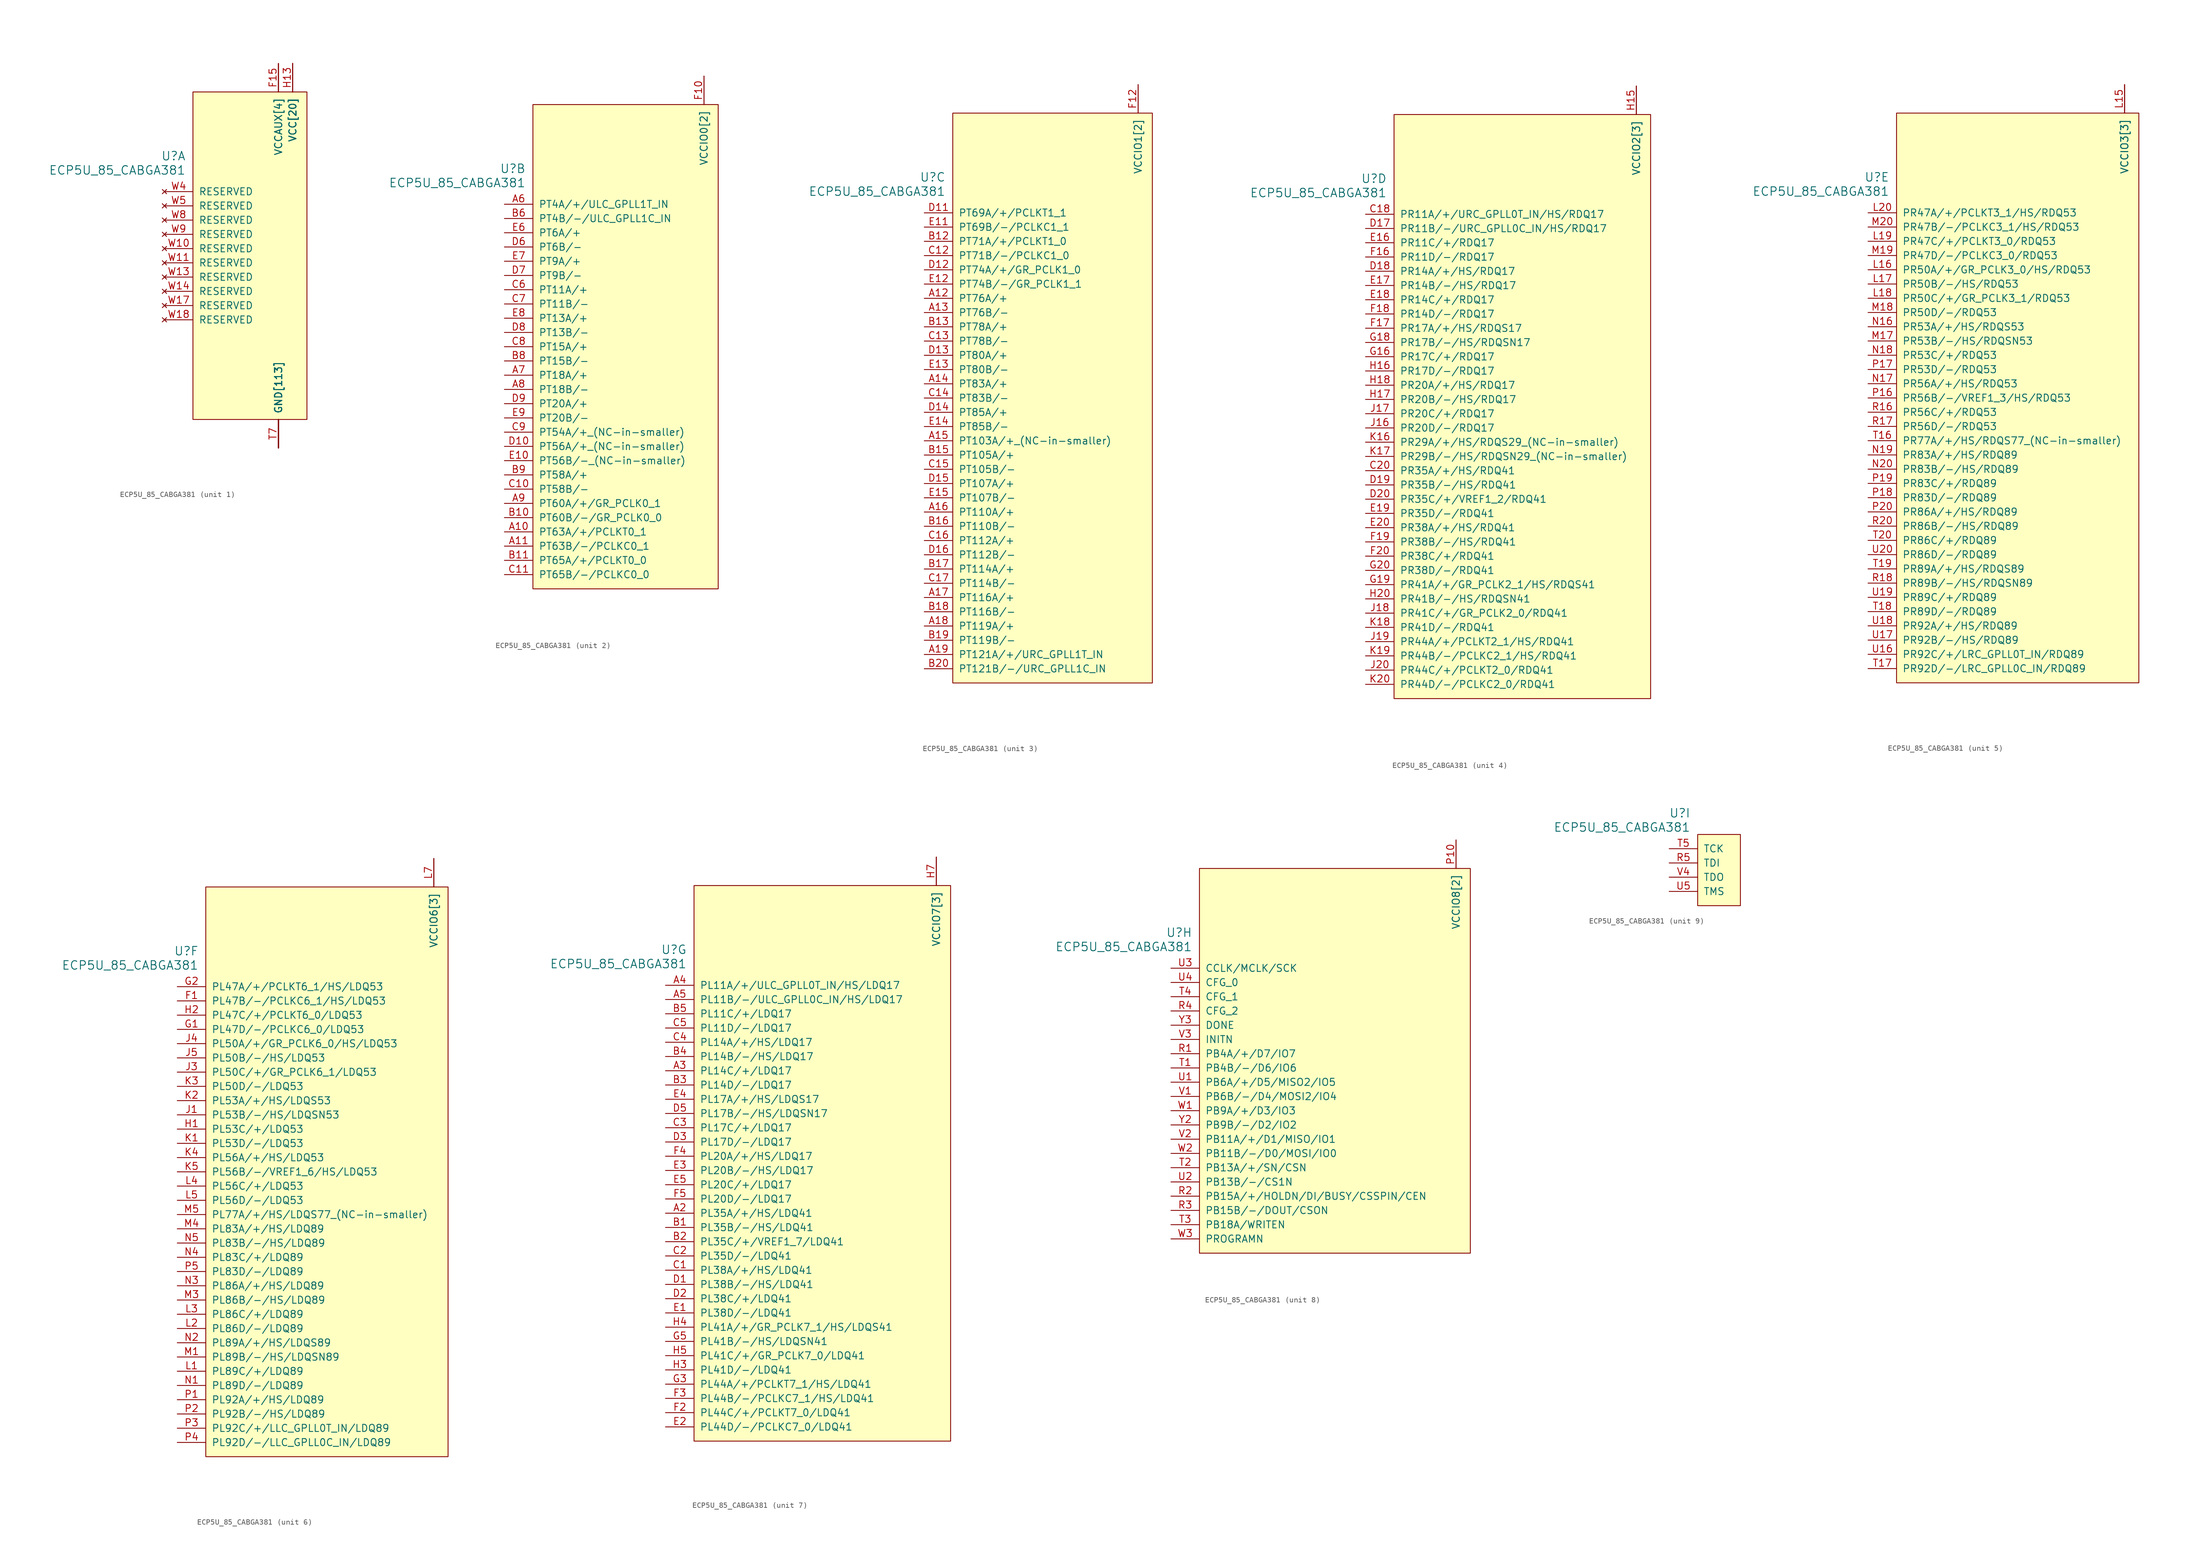
<source format=kicad_sym>
(kicad_symbol_lib
  (version 20231120)
  (generator "kicad_symbol_editor")
  (generator_version "8.0")
  (symbol "ECP5U_85_CABGA381"
    (pin_names
      (offset 1.016))
    (property "Reference" "U"
      (at 3.81 6.35 0)
      (effects (font (size 1.524 1.524)) (justify right)))
    (property "Value" "ECP5U_85_CABGA381"
      (at 3.81 3.81 0)
      (effects (font (size 1.524 1.524)) (justify right)))
    (property "ki_locked" ""
      (at 0 0 0)
      (effects (font (size 1.27 1.27))))
    (symbol "ECP5U_85_CABGA381_1_1"
      (rectangle (start 5.08 17.78) (end 25.4 -40.64) (stroke (width 0) (type default)) (fill (type background)))
      (pin power_in line (at 20.32 -45.72 90) (length 5.08) (name "GND[113]" (effects (font (size 1.27 1.27)))) (number "B14" (effects (font (size 0 0)))))
      (pin power_in line (at 20.32 -45.72 90) (length 5.08) (name "GND[113]" (effects (font (size 1.27 1.27)))) (number "B7" (effects (font (size 0 0)))))
      (pin power_in line (at 20.32 -45.72 90) (length 5.08) (name "GND[113]" (effects (font (size 1.27 1.27)))) (number "C19" (effects (font (size 0 0)))))
      (pin power_in line (at 20.32 -45.72 90) (length 5.08) (name "GND[113]" (effects (font (size 1.27 1.27)))) (number "D4" (effects (font (size 0 0)))))
      (pin power_in line (at 20.32 -45.72 90) (length 5.08) (name "GND[113]" (effects (font (size 1.27 1.27)))) (number "F13" (effects (font (size 0 0)))))
      (pin power_in line (at 20.32 -45.72 90) (length 5.08) (name "GND[113]" (effects (font (size 1.27 1.27)))) (number "F14" (effects (font (size 0 0)))))
      (pin power_in line (at 20.32 22.86 270) (length 5.08) (name "VCCAUX[4]" (effects (font (size 1.27 1.27)))) (number "F15" (effects (font (size 1.27 1.27)))))
      (pin power_in line (at 20.32 22.86 270) (length 5.08) (name "VCCAUX[4]" (effects (font (size 1.27 1.27)))) (number "F6" (effects (font (size 0 0)))))
      (pin power_in line (at 20.32 -45.72 90) (length 5.08) (name "GND[113]" (effects (font (size 1.27 1.27)))) (number "F7" (effects (font (size 0 0)))))
      (pin power_in line (at 20.32 -45.72 90) (length 5.08) (name "GND[113]" (effects (font (size 1.27 1.27)))) (number "F8" (effects (font (size 0 0)))))
      (pin power_in line (at 20.32 -45.72 90) (length 5.08) (name "GND[113]" (effects (font (size 1.27 1.27)))) (number "G10" (effects (font (size 0 0)))))
      (pin power_in line (at 20.32 -45.72 90) (length 5.08) (name "GND[113]" (effects (font (size 1.27 1.27)))) (number "G11" (effects (font (size 0 0)))))
      (pin power_in line (at 20.32 -45.72 90) (length 5.08) (name "GND[113]" (effects (font (size 1.27 1.27)))) (number "G12" (effects (font (size 0 0)))))
      (pin power_in line (at 20.32 -45.72 90) (length 5.08) (name "GND[113]" (effects (font (size 1.27 1.27)))) (number "G13" (effects (font (size 0 0)))))
      (pin power_in line (at 20.32 -45.72 90) (length 5.08) (name "GND[113]" (effects (font (size 1.27 1.27)))) (number "G14" (effects (font (size 0 0)))))
      (pin power_in line (at 20.32 -45.72 90) (length 5.08) (name "GND[113]" (effects (font (size 1.27 1.27)))) (number "G15" (effects (font (size 0 0)))))
      (pin power_in line (at 20.32 -45.72 90) (length 5.08) (name "GND[113]" (effects (font (size 1.27 1.27)))) (number "G17" (effects (font (size 0 0)))))
      (pin power_in line (at 20.32 -45.72 90) (length 5.08) (name "GND[113]" (effects (font (size 1.27 1.27)))) (number "G4" (effects (font (size 0 0)))))
      (pin power_in line (at 20.32 -45.72 90) (length 5.08) (name "GND[113]" (effects (font (size 1.27 1.27)))) (number "G6" (effects (font (size 0 0)))))
      (pin power_in line (at 20.32 -45.72 90) (length 5.08) (name "GND[113]" (effects (font (size 1.27 1.27)))) (number "G7" (effects (font (size 0 0)))))
      (pin power_in line (at 20.32 -45.72 90) (length 5.08) (name "GND[113]" (effects (font (size 1.27 1.27)))) (number "G8" (effects (font (size 0 0)))))
      (pin power_in line (at 20.32 -45.72 90) (length 5.08) (name "GND[113]" (effects (font (size 1.27 1.27)))) (number "G9" (effects (font (size 0 0)))))
      (pin power_in line (at 22.86 22.86 270) (length 5.08) (name "VCC[20]" (effects (font (size 1.27 1.27)))) (number "H10" (effects (font (size 0 0)))))
      (pin power_in line (at 22.86 22.86 270) (length 5.08) (name "VCC[20]" (effects (font (size 1.27 1.27)))) (number "H11" (effects (font (size 0 0)))))
      (pin power_in line (at 22.86 22.86 270) (length 5.08) (name "VCC[20]" (effects (font (size 1.27 1.27)))) (number "H12" (effects (font (size 0 0)))))
      (pin power_in line (at 22.86 22.86 270) (length 5.08) (name "VCC[20]" (effects (font (size 1.27 1.27)))) (number "H13" (effects (font (size 1.27 1.27)))))
      (pin power_in line (at 20.32 -45.72 90) (length 5.08) (name "GND[113]" (effects (font (size 1.27 1.27)))) (number "H19" (effects (font (size 0 0)))))
      (pin power_in line (at 22.86 22.86 270) (length 5.08) (name "VCC[20]" (effects (font (size 1.27 1.27)))) (number "H8" (effects (font (size 0 0)))))
      (pin power_in line (at 22.86 22.86 270) (length 5.08) (name "VCC[20]" (effects (font (size 1.27 1.27)))) (number "H9" (effects (font (size 0 0)))))
      (pin power_in line (at 20.32 -45.72 90) (length 5.08) (name "GND[113]" (effects (font (size 1.27 1.27)))) (number "J10" (effects (font (size 0 0)))))
      (pin power_in line (at 20.32 -45.72 90) (length 5.08) (name "GND[113]" (effects (font (size 1.27 1.27)))) (number "J11" (effects (font (size 0 0)))))
      (pin power_in line (at 20.32 -45.72 90) (length 5.08) (name "GND[113]" (effects (font (size 1.27 1.27)))) (number "J12" (effects (font (size 0 0)))))
      (pin power_in line (at 22.86 22.86 270) (length 5.08) (name "VCC[20]" (effects (font (size 1.27 1.27)))) (number "J13" (effects (font (size 0 0)))))
      (pin power_in line (at 20.32 -45.72 90) (length 5.08) (name "GND[113]" (effects (font (size 1.27 1.27)))) (number "J14" (effects (font (size 0 0)))))
      (pin power_in line (at 20.32 -45.72 90) (length 5.08) (name "GND[113]" (effects (font (size 1.27 1.27)))) (number "J2" (effects (font (size 0 0)))))
      (pin power_in line (at 20.32 -45.72 90) (length 5.08) (name "GND[113]" (effects (font (size 1.27 1.27)))) (number "J7" (effects (font (size 0 0)))))
      (pin power_in line (at 22.86 22.86 270) (length 5.08) (name "VCC[20]" (effects (font (size 1.27 1.27)))) (number "J8" (effects (font (size 0 0)))))
      (pin power_in line (at 20.32 -45.72 90) (length 5.08) (name "GND[113]" (effects (font (size 1.27 1.27)))) (number "J9" (effects (font (size 0 0)))))
      (pin power_in line (at 20.32 -45.72 90) (length 5.08) (name "GND[113]" (effects (font (size 1.27 1.27)))) (number "K10" (effects (font (size 0 0)))))
      (pin power_in line (at 20.32 -45.72 90) (length 5.08) (name "GND[113]" (effects (font (size 1.27 1.27)))) (number "K11" (effects (font (size 0 0)))))
      (pin power_in line (at 20.32 -45.72 90) (length 5.08) (name "GND[113]" (effects (font (size 1.27 1.27)))) (number "K12" (effects (font (size 0 0)))))
      (pin power_in line (at 22.86 22.86 270) (length 5.08) (name "VCC[20]" (effects (font (size 1.27 1.27)))) (number "K13" (effects (font (size 0 0)))))
      (pin power_in line (at 20.32 -45.72 90) (length 5.08) (name "GND[113]" (effects (font (size 1.27 1.27)))) (number "K14" (effects (font (size 0 0)))))
      (pin power_in line (at 20.32 -45.72 90) (length 5.08) (name "GND[113]" (effects (font (size 1.27 1.27)))) (number "K15" (effects (font (size 0 0)))))
      (pin power_in line (at 20.32 -45.72 90) (length 5.08) (name "GND[113]" (effects (font (size 1.27 1.27)))) (number "K6" (effects (font (size 0 0)))))
      (pin power_in line (at 20.32 -45.72 90) (length 5.08) (name "GND[113]" (effects (font (size 1.27 1.27)))) (number "K7" (effects (font (size 0 0)))))
      (pin power_in line (at 22.86 22.86 270) (length 5.08) (name "VCC[20]" (effects (font (size 1.27 1.27)))) (number "K8" (effects (font (size 0 0)))))
      (pin power_in line (at 20.32 -45.72 90) (length 5.08) (name "GND[113]" (effects (font (size 1.27 1.27)))) (number "K9" (effects (font (size 0 0)))))
      (pin power_in line (at 20.32 -45.72 90) (length 5.08) (name "GND[113]" (effects (font (size 1.27 1.27)))) (number "L10" (effects (font (size 0 0)))))
      (pin power_in line (at 20.32 -45.72 90) (length 5.08) (name "GND[113]" (effects (font (size 1.27 1.27)))) (number "L11" (effects (font (size 0 0)))))
      (pin power_in line (at 20.32 -45.72 90) (length 5.08) (name "GND[113]" (effects (font (size 1.27 1.27)))) (number "L12" (effects (font (size 0 0)))))
      (pin power_in line (at 22.86 22.86 270) (length 5.08) (name "VCC[20]" (effects (font (size 1.27 1.27)))) (number "L13" (effects (font (size 0 0)))))
      (pin power_in line (at 22.86 22.86 270) (length 5.08) (name "VCC[20]" (effects (font (size 1.27 1.27)))) (number "L8" (effects (font (size 0 0)))))
      (pin power_in line (at 20.32 -45.72 90) (length 5.08) (name "GND[113]" (effects (font (size 1.27 1.27)))) (number "L9" (effects (font (size 0 0)))))
      (pin power_in line (at 20.32 -45.72 90) (length 5.08) (name "GND[113]" (effects (font (size 1.27 1.27)))) (number "M10" (effects (font (size 0 0)))))
      (pin power_in line (at 20.32 -45.72 90) (length 5.08) (name "GND[113]" (effects (font (size 1.27 1.27)))) (number "M11" (effects (font (size 0 0)))))
      (pin power_in line (at 20.32 -45.72 90) (length 5.08) (name "GND[113]" (effects (font (size 1.27 1.27)))) (number "M12" (effects (font (size 0 0)))))
      (pin power_in line (at 22.86 22.86 270) (length 5.08) (name "VCC[20]" (effects (font (size 1.27 1.27)))) (number "M13" (effects (font (size 0 0)))))
      (pin power_in line (at 20.32 -45.72 90) (length 5.08) (name "GND[113]" (effects (font (size 1.27 1.27)))) (number "M14" (effects (font (size 0 0)))))
      (pin power_in line (at 20.32 -45.72 90) (length 5.08) (name "GND[113]" (effects (font (size 1.27 1.27)))) (number "M16" (effects (font (size 0 0)))))
      (pin power_in line (at 20.32 -45.72 90) (length 5.08) (name "GND[113]" (effects (font (size 1.27 1.27)))) (number "M2" (effects (font (size 0 0)))))
      (pin power_in line (at 20.32 -45.72 90) (length 5.08) (name "GND[113]" (effects (font (size 1.27 1.27)))) (number "M7" (effects (font (size 0 0)))))
      (pin power_in line (at 22.86 22.86 270) (length 5.08) (name "VCC[20]" (effects (font (size 1.27 1.27)))) (number "M8" (effects (font (size 0 0)))))
      (pin power_in line (at 20.32 -45.72 90) (length 5.08) (name "GND[113]" (effects (font (size 1.27 1.27)))) (number "M9" (effects (font (size 0 0)))))
      (pin power_in line (at 22.86 22.86 270) (length 5.08) (name "VCC[20]" (effects (font (size 1.27 1.27)))) (number "N10" (effects (font (size 0 0)))))
      (pin power_in line (at 22.86 22.86 270) (length 5.08) (name "VCC[20]" (effects (font (size 1.27 1.27)))) (number "N11" (effects (font (size 0 0)))))
      (pin power_in line (at 22.86 22.86 270) (length 5.08) (name "VCC[20]" (effects (font (size 1.27 1.27)))) (number "N12" (effects (font (size 0 0)))))
      (pin power_in line (at 22.86 22.86 270) (length 5.08) (name "VCC[20]" (effects (font (size 1.27 1.27)))) (number "N13" (effects (font (size 0 0)))))
      (pin power_in line (at 20.32 -45.72 90) (length 5.08) (name "GND[113]" (effects (font (size 1.27 1.27)))) (number "N14" (effects (font (size 0 0)))))
      (pin power_in line (at 20.32 -45.72 90) (length 5.08) (name "GND[113]" (effects (font (size 1.27 1.27)))) (number "N15" (effects (font (size 0 0)))))
      (pin power_in line (at 20.32 -45.72 90) (length 5.08) (name "GND[113]" (effects (font (size 1.27 1.27)))) (number "N6" (effects (font (size 0 0)))))
      (pin power_in line (at 20.32 -45.72 90) (length 5.08) (name "GND[113]" (effects (font (size 1.27 1.27)))) (number "N7" (effects (font (size 0 0)))))
      (pin power_in line (at 22.86 22.86 270) (length 5.08) (name "VCC[20]" (effects (font (size 1.27 1.27)))) (number "N8" (effects (font (size 0 0)))))
      (pin power_in line (at 22.86 22.86 270) (length 5.08) (name "VCC[20]" (effects (font (size 1.27 1.27)))) (number "N9" (effects (font (size 0 0)))))
      (pin power_in line (at 20.32 -45.72 90) (length 5.08) (name "GND[113]" (effects (font (size 1.27 1.27)))) (number "P11" (effects (font (size 0 0)))))
      (pin power_in line (at 20.32 -45.72 90) (length 5.08) (name "GND[113]" (effects (font (size 1.27 1.27)))) (number "P12" (effects (font (size 0 0)))))
      (pin power_in line (at 20.32 -45.72 90) (length 5.08) (name "GND[113]" (effects (font (size 1.27 1.27)))) (number "P13" (effects (font (size 0 0)))))
      (pin power_in line (at 20.32 -45.72 90) (length 5.08) (name "GND[113]" (effects (font (size 1.27 1.27)))) (number "P14" (effects (font (size 0 0)))))
      (pin power_in line (at 20.32 22.86 270) (length 5.08) (name "VCCAUX[4]" (effects (font (size 1.27 1.27)))) (number "P15" (effects (font (size 0 0)))))
      (pin power_in line (at 20.32 22.86 270) (length 5.08) (name "VCCAUX[4]" (effects (font (size 1.27 1.27)))) (number "P6" (effects (font (size 0 0)))))
      (pin power_in line (at 20.32 -45.72 90) (length 5.08) (name "GND[113]" (effects (font (size 1.27 1.27)))) (number "P7" (effects (font (size 0 0)))))
      (pin power_in line (at 20.32 -45.72 90) (length 5.08) (name "GND[113]" (effects (font (size 1.27 1.27)))) (number "P8" (effects (font (size 0 0)))))
      (pin power_in line (at 20.32 -45.72 90) (length 5.08) (name "GND[113]" (effects (font (size 1.27 1.27)))) (number "R19" (effects (font (size 0 0)))))
      (pin power_in line (at 20.32 -45.72 90) (length 5.08) (name "GND[113]" (effects (font (size 1.27 1.27)))) (number "T10" (effects (font (size 0 0)))))
      (pin power_in line (at 20.32 -45.72 90) (length 5.08) (name "GND[113]" (effects (font (size 1.27 1.27)))) (number "T11" (effects (font (size 0 0)))))
      (pin power_in line (at 20.32 -45.72 90) (length 5.08) (name "GND[113]" (effects (font (size 1.27 1.27)))) (number "T12" (effects (font (size 0 0)))))
      (pin power_in line (at 20.32 -45.72 90) (length 5.08) (name "GND[113]" (effects (font (size 1.27 1.27)))) (number "T13" (effects (font (size 0 0)))))
      (pin power_in line (at 20.32 -45.72 90) (length 5.08) (name "GND[113]" (effects (font (size 1.27 1.27)))) (number "T14" (effects (font (size 0 0)))))
      (pin power_in line (at 20.32 -45.72 90) (length 5.08) (name "GND[113]" (effects (font (size 1.27 1.27)))) (number "T15" (effects (font (size 0 0)))))
      (pin power_in line (at 20.32 -45.72 90) (length 5.08) (name "GND[113]" (effects (font (size 1.27 1.27)))) (number "T6" (effects (font (size 0 0)))))
      (pin power_in line (at 20.32 -45.72 90) (length 5.08) (name "GND[113]" (effects (font (size 1.27 1.27)))) (number "T7" (effects (font (size 1.27 1.27)))))
      (pin power_in line (at 20.32 -45.72 90) (length 5.08) (name "GND[113]" (effects (font (size 1.27 1.27)))) (number "T8" (effects (font (size 0 0)))))
      (pin power_in line (at 20.32 -45.72 90) (length 5.08) (name "GND[113]" (effects (font (size 1.27 1.27)))) (number "T9" (effects (font (size 0 0)))))
      (pin power_in line (at 20.32 -45.72 90) (length 5.08) (name "GND[113]" (effects (font (size 1.27 1.27)))) (number "U10" (effects (font (size 0 0)))))
      (pin power_in line (at 20.32 -45.72 90) (length 5.08) (name "GND[113]" (effects (font (size 1.27 1.27)))) (number "U11" (effects (font (size 0 0)))))
      (pin power_in line (at 20.32 -45.72 90) (length 5.08) (name "GND[113]" (effects (font (size 1.27 1.27)))) (number "U12" (effects (font (size 0 0)))))
      (pin power_in line (at 20.32 -45.72 90) (length 5.08) (name "GND[113]" (effects (font (size 1.27 1.27)))) (number "U13" (effects (font (size 0 0)))))
      (pin power_in line (at 20.32 -45.72 90) (length 5.08) (name "GND[113]" (effects (font (size 1.27 1.27)))) (number "U14" (effects (font (size 0 0)))))
      (pin power_in line (at 20.32 -45.72 90) (length 5.08) (name "GND[113]" (effects (font (size 1.27 1.27)))) (number "U15" (effects (font (size 0 0)))))
      (pin power_in line (at 20.32 -45.72 90) (length 5.08) (name "GND[113]" (effects (font (size 1.27 1.27)))) (number "U6" (effects (font (size 0 0)))))
      (pin power_in line (at 20.32 -45.72 90) (length 5.08) (name "GND[113]" (effects (font (size 1.27 1.27)))) (number "U7" (effects (font (size 0 0)))))
      (pin power_in line (at 20.32 -45.72 90) (length 5.08) (name "GND[113]" (effects (font (size 1.27 1.27)))) (number "U8" (effects (font (size 0 0)))))
      (pin power_in line (at 20.32 -45.72 90) (length 5.08) (name "GND[113]" (effects (font (size 1.27 1.27)))) (number "U9" (effects (font (size 0 0)))))
      (pin power_in line (at 20.32 -45.72 90) (length 5.08) (name "GND[113]" (effects (font (size 1.27 1.27)))) (number "V10" (effects (font (size 0 0)))))
      (pin power_in line (at 20.32 -45.72 90) (length 5.08) (name "GND[113]" (effects (font (size 1.27 1.27)))) (number "V11" (effects (font (size 0 0)))))
      (pin power_in line (at 20.32 -45.72 90) (length 5.08) (name "GND[113]" (effects (font (size 1.27 1.27)))) (number "V12" (effects (font (size 0 0)))))
      (pin power_in line (at 20.32 -45.72 90) (length 5.08) (name "GND[113]" (effects (font (size 1.27 1.27)))) (number "V13" (effects (font (size 0 0)))))
      (pin power_in line (at 20.32 -45.72 90) (length 5.08) (name "GND[113]" (effects (font (size 1.27 1.27)))) (number "V14" (effects (font (size 0 0)))))
      (pin power_in line (at 20.32 -45.72 90) (length 5.08) (name "GND[113]" (effects (font (size 1.27 1.27)))) (number "V15" (effects (font (size 0 0)))))
      (pin power_in line (at 20.32 -45.72 90) (length 5.08) (name "GND[113]" (effects (font (size 1.27 1.27)))) (number "V16" (effects (font (size 0 0)))))
      (pin power_in line (at 20.32 -45.72 90) (length 5.08) (name "GND[113]" (effects (font (size 1.27 1.27)))) (number "V17" (effects (font (size 0 0)))))
      (pin power_in line (at 20.32 -45.72 90) (length 5.08) (name "GND[113]" (effects (font (size 1.27 1.27)))) (number "V18" (effects (font (size 0 0)))))
      (pin power_in line (at 20.32 -45.72 90) (length 5.08) (name "GND[113]" (effects (font (size 1.27 1.27)))) (number "V19" (effects (font (size 0 0)))))
      (pin power_in line (at 20.32 -45.72 90) (length 5.08) (name "GND[113]" (effects (font (size 1.27 1.27)))) (number "V20" (effects (font (size 0 0)))))
      (pin power_in line (at 20.32 -45.72 90) (length 5.08) (name "GND[113]" (effects (font (size 1.27 1.27)))) (number "V5" (effects (font (size 0 0)))))
      (pin power_in line (at 20.32 -45.72 90) (length 5.08) (name "GND[113]" (effects (font (size 1.27 1.27)))) (number "V6" (effects (font (size 0 0)))))
      (pin power_in line (at 20.32 -45.72 90) (length 5.08) (name "GND[113]" (effects (font (size 1.27 1.27)))) (number "V7" (effects (font (size 0 0)))))
      (pin power_in line (at 20.32 -45.72 90) (length 5.08) (name "GND[113]" (effects (font (size 1.27 1.27)))) (number "V8" (effects (font (size 0 0)))))
      (pin power_in line (at 20.32 -45.72 90) (length 5.08) (name "GND[113]" (effects (font (size 1.27 1.27)))) (number "V9" (effects (font (size 0 0)))))
      (pin no_connect line (at 0 -10.16 0) (length 5.08) (name "RESERVED" (effects (font (size 1.27 1.27)))) (number "W10" (effects (font (size 1.27 1.27)))))
      (pin no_connect line (at 0 -12.7 0) (length 5.08) (name "RESERVED" (effects (font (size 1.27 1.27)))) (number "W11" (effects (font (size 1.27 1.27)))))
      (pin power_in line (at 20.32 -45.72 90) (length 5.08) (name "GND[113]" (effects (font (size 1.27 1.27)))) (number "W12" (effects (font (size 0 0)))))
      (pin no_connect line (at 0 -15.24 0) (length 5.08) (name "RESERVED" (effects (font (size 1.27 1.27)))) (number "W13" (effects (font (size 1.27 1.27)))))
      (pin no_connect line (at 0 -17.78 0) (length 5.08) (name "RESERVED" (effects (font (size 1.27 1.27)))) (number "W14" (effects (font (size 1.27 1.27)))))
      (pin power_in line (at 20.32 -45.72 90) (length 5.08) (name "GND[113]" (effects (font (size 1.27 1.27)))) (number "W15" (effects (font (size 0 0)))))
      (pin power_in line (at 20.32 -45.72 90) (length 5.08) (name "GND[113]" (effects (font (size 1.27 1.27)))) (number "W16" (effects (font (size 0 0)))))
      (pin no_connect line (at 0 -20.32 0) (length 5.08) (name "RESERVED" (effects (font (size 1.27 1.27)))) (number "W17" (effects (font (size 1.27 1.27)))))
      (pin no_connect line (at 0 -22.86 0) (length 5.08) (name "RESERVED" (effects (font (size 1.27 1.27)))) (number "W18" (effects (font (size 1.27 1.27)))))
      (pin power_in line (at 20.32 -45.72 90) (length 5.08) (name "GND[113]" (effects (font (size 1.27 1.27)))) (number "W19" (effects (font (size 0 0)))))
      (pin power_in line (at 20.32 -45.72 90) (length 5.08) (name "GND[113]" (effects (font (size 1.27 1.27)))) (number "W20" (effects (font (size 0 0)))))
      (pin no_connect line (at 0 0 0) (length 5.08) (name "RESERVED" (effects (font (size 1.27 1.27)))) (number "W4" (effects (font (size 1.27 1.27)))))
      (pin no_connect line (at 0 -2.54 0) (length 5.08) (name "RESERVED" (effects (font (size 1.27 1.27)))) (number "W5" (effects (font (size 1.27 1.27)))))
      (pin power_in line (at 20.32 -45.72 90) (length 5.08) (name "GND[113]" (effects (font (size 1.27 1.27)))) (number "W6" (effects (font (size 0 0)))))
      (pin power_in line (at 20.32 -45.72 90) (length 5.08) (name "GND[113]" (effects (font (size 1.27 1.27)))) (number "W7" (effects (font (size 0 0)))))
      (pin no_connect line (at 0 -5.08 0) (length 5.08) (name "RESERVED" (effects (font (size 1.27 1.27)))) (number "W8" (effects (font (size 1.27 1.27)))))
      (pin no_connect line (at 0 -7.62 0) (length 5.08) (name "RESERVED" (effects (font (size 1.27 1.27)))) (number "W9" (effects (font (size 1.27 1.27)))))
      (pin power_in line (at 20.32 -45.72 90) (length 5.08) (name "GND[113]" (effects (font (size 1.27 1.27)))) (number "Y11" (effects (font (size 0 0)))))
      (pin power_in line (at 20.32 -45.72 90) (length 5.08) (name "GND[113]" (effects (font (size 1.27 1.27)))) (number "Y12" (effects (font (size 0 0)))))
      (pin power_in line (at 20.32 -45.72 90) (length 5.08) (name "GND[113]" (effects (font (size 1.27 1.27)))) (number "Y14" (effects (font (size 0 0)))))
      (pin power_in line (at 20.32 -45.72 90) (length 5.08) (name "GND[113]" (effects (font (size 1.27 1.27)))) (number "Y15" (effects (font (size 0 0)))))
      (pin power_in line (at 20.32 -45.72 90) (length 5.08) (name "GND[113]" (effects (font (size 1.27 1.27)))) (number "Y16" (effects (font (size 0 0)))))
      (pin power_in line (at 20.32 -45.72 90) (length 5.08) (name "GND[113]" (effects (font (size 1.27 1.27)))) (number "Y17" (effects (font (size 0 0)))))
      (pin power_in line (at 20.32 -45.72 90) (length 5.08) (name "GND[113]" (effects (font (size 1.27 1.27)))) (number "Y19" (effects (font (size 0 0)))))
      (pin power_in line (at 20.32 -45.72 90) (length 5.08) (name "GND[113]" (effects (font (size 1.27 1.27)))) (number "Y5" (effects (font (size 0 0)))))
      (pin power_in line (at 20.32 -45.72 90) (length 5.08) (name "GND[113]" (effects (font (size 1.27 1.27)))) (number "Y6" (effects (font (size 0 0)))))
      (pin power_in line (at 20.32 -45.72 90) (length 5.08) (name "GND[113]" (effects (font (size 1.27 1.27)))) (number "Y7" (effects (font (size 0 0)))))
      (pin power_in line (at 20.32 -45.72 90) (length 5.08) (name "GND[113]" (effects (font (size 1.27 1.27)))) (number "Y8" (effects (font (size 0 0))))))
    (symbol "ECP5U_85_CABGA381_2_1"
      (rectangle (start 5.08 17.78) (end 38.1 -68.58) (stroke (width 0) (type default)) (fill (type background)))
      (pin bidirectional line (at 0 -58.42 0) (length 5.08) (name "PT63A/+/PCLKT0_1" (effects (font (size 1.27 1.27)))) (number "A10" (effects (font (size 1.27 1.27)))))
      (pin bidirectional line (at 0 -60.96 0) (length 5.08) (name "PT63B/-/PCLKC0_1" (effects (font (size 1.27 1.27)))) (number "A11" (effects (font (size 1.27 1.27)))))
      (pin bidirectional line (at 0 0 0) (length 5.08) (name "PT4A/+/ULC_GPLL1T_IN" (effects (font (size 1.27 1.27)))) (number "A6" (effects (font (size 1.27 1.27)))))
      (pin bidirectional line (at 0 -30.48 0) (length 5.08) (name "PT18A/+" (effects (font (size 1.27 1.27)))) (number "A7" (effects (font (size 1.27 1.27)))))
      (pin bidirectional line (at 0 -33.02 0) (length 5.08) (name "PT18B/-" (effects (font (size 1.27 1.27)))) (number "A8" (effects (font (size 1.27 1.27)))))
      (pin bidirectional line (at 0 -53.34 0) (length 5.08) (name "PT60A/+/GR_PCLK0_1" (effects (font (size 1.27 1.27)))) (number "A9" (effects (font (size 1.27 1.27)))))
      (pin bidirectional line (at 0 -55.88 0) (length 5.08) (name "PT60B/-/GR_PCLK0_0" (effects (font (size 1.27 1.27)))) (number "B10" (effects (font (size 1.27 1.27)))))
      (pin bidirectional line (at 0 -63.5 0) (length 5.08) (name "PT65A/+/PCLKT0_0" (effects (font (size 1.27 1.27)))) (number "B11" (effects (font (size 1.27 1.27)))))
      (pin bidirectional line (at 0 -2.54 0) (length 5.08) (name "PT4B/-/ULC_GPLL1C_IN" (effects (font (size 1.27 1.27)))) (number "B6" (effects (font (size 1.27 1.27)))))
      (pin bidirectional line (at 0 -27.94 0) (length 5.08) (name "PT15B/-" (effects (font (size 1.27 1.27)))) (number "B8" (effects (font (size 1.27 1.27)))))
      (pin bidirectional line (at 0 -48.26 0) (length 5.08) (name "PT58A/+" (effects (font (size 1.27 1.27)))) (number "B9" (effects (font (size 1.27 1.27)))))
      (pin bidirectional line (at 0 -50.8 0) (length 5.08) (name "PT58B/-" (effects (font (size 1.27 1.27)))) (number "C10" (effects (font (size 1.27 1.27)))))
      (pin bidirectional line (at 0 -66.04 0) (length 5.08) (name "PT65B/-/PCLKC0_0" (effects (font (size 1.27 1.27)))) (number "C11" (effects (font (size 1.27 1.27)))))
      (pin bidirectional line (at 0 -15.24 0) (length 5.08) (name "PT11A/+" (effects (font (size 1.27 1.27)))) (number "C6" (effects (font (size 1.27 1.27)))))
      (pin bidirectional line (at 0 -17.78 0) (length 5.08) (name "PT11B/-" (effects (font (size 1.27 1.27)))) (number "C7" (effects (font (size 1.27 1.27)))))
      (pin bidirectional line (at 0 -25.4 0) (length 5.08) (name "PT15A/+" (effects (font (size 1.27 1.27)))) (number "C8" (effects (font (size 1.27 1.27)))))
      (pin bidirectional line (at 0 -40.64 0) (length 5.08) (name "PT54A/+_(NC-in-smaller)" (effects (font (size 1.27 1.27)))) (number "C9" (effects (font (size 1.27 1.27)))))
      (pin bidirectional line (at 0 -43.18 0) (length 5.08) (name "PT56A/+_(NC-in-smaller)" (effects (font (size 1.27 1.27)))) (number "D10" (effects (font (size 1.27 1.27)))))
      (pin bidirectional line (at 0 -7.62 0) (length 5.08) (name "PT6B/-" (effects (font (size 1.27 1.27)))) (number "D6" (effects (font (size 1.27 1.27)))))
      (pin bidirectional line (at 0 -12.7 0) (length 5.08) (name "PT9B/-" (effects (font (size 1.27 1.27)))) (number "D7" (effects (font (size 1.27 1.27)))))
      (pin bidirectional line (at 0 -22.86 0) (length 5.08) (name "PT13B/-" (effects (font (size 1.27 1.27)))) (number "D8" (effects (font (size 1.27 1.27)))))
      (pin bidirectional line (at 0 -35.56 0) (length 5.08) (name "PT20A/+" (effects (font (size 1.27 1.27)))) (number "D9" (effects (font (size 1.27 1.27)))))
      (pin bidirectional line (at 0 -45.72 0) (length 5.08) (name "PT56B/-_(NC-in-smaller)" (effects (font (size 1.27 1.27)))) (number "E10" (effects (font (size 1.27 1.27)))))
      (pin bidirectional line (at 0 -5.08 0) (length 5.08) (name "PT6A/+" (effects (font (size 1.27 1.27)))) (number "E6" (effects (font (size 1.27 1.27)))))
      (pin bidirectional line (at 0 -10.16 0) (length 5.08) (name "PT9A/+" (effects (font (size 1.27 1.27)))) (number "E7" (effects (font (size 1.27 1.27)))))
      (pin bidirectional line (at 0 -20.32 0) (length 5.08) (name "PT13A/+" (effects (font (size 1.27 1.27)))) (number "E8" (effects (font (size 1.27 1.27)))))
      (pin bidirectional line (at 0 -38.1 0) (length 5.08) (name "PT20B/-" (effects (font (size 1.27 1.27)))) (number "E9" (effects (font (size 1.27 1.27)))))
      (pin power_in line (at 35.56 22.86 270) (length 5.08) (name "VCCIO0[2]" (effects (font (size 1.27 1.27)))) (number "F10" (effects (font (size 1.27 1.27)))))
      (pin power_in line (at 35.56 22.86 270) (length 5.08) (name "VCCIO0[2]" (effects (font (size 1.27 1.27)))) (number "F9" (effects (font (size 0 0))))))
    (symbol "ECP5U_85_CABGA381_3_1"
      (rectangle (start 5.08 17.78) (end 40.64 -83.82) (stroke (width 0) (type default)) (fill (type background)))
      (pin bidirectional line (at 0 -15.24 0) (length 5.08) (name "PT76A/+" (effects (font (size 1.27 1.27)))) (number "A12" (effects (font (size 1.27 1.27)))))
      (pin bidirectional line (at 0 -17.78 0) (length 5.08) (name "PT76B/-" (effects (font (size 1.27 1.27)))) (number "A13" (effects (font (size 1.27 1.27)))))
      (pin bidirectional line (at 0 -30.48 0) (length 5.08) (name "PT83A/+" (effects (font (size 1.27 1.27)))) (number "A14" (effects (font (size 1.27 1.27)))))
      (pin bidirectional line (at 0 -40.64 0) (length 5.08) (name "PT103A/+_(NC-in-smaller)" (effects (font (size 1.27 1.27)))) (number "A15" (effects (font (size 1.27 1.27)))))
      (pin bidirectional line (at 0 -53.34 0) (length 5.08) (name "PT110A/+" (effects (font (size 1.27 1.27)))) (number "A16" (effects (font (size 1.27 1.27)))))
      (pin bidirectional line (at 0 -68.58 0) (length 5.08) (name "PT116A/+" (effects (font (size 1.27 1.27)))) (number "A17" (effects (font (size 1.27 1.27)))))
      (pin bidirectional line (at 0 -73.66 0) (length 5.08) (name "PT119A/+" (effects (font (size 1.27 1.27)))) (number "A18" (effects (font (size 1.27 1.27)))))
      (pin bidirectional line (at 0 -78.74 0) (length 5.08) (name "PT121A/+/URC_GPLL1T_IN" (effects (font (size 1.27 1.27)))) (number "A19" (effects (font (size 1.27 1.27)))))
      (pin bidirectional line (at 0 -5.08 0) (length 5.08) (name "PT71A/+/PCLKT1_0" (effects (font (size 1.27 1.27)))) (number "B12" (effects (font (size 1.27 1.27)))))
      (pin bidirectional line (at 0 -20.32 0) (length 5.08) (name "PT78A/+" (effects (font (size 1.27 1.27)))) (number "B13" (effects (font (size 1.27 1.27)))))
      (pin bidirectional line (at 0 -43.18 0) (length 5.08) (name "PT105A/+" (effects (font (size 1.27 1.27)))) (number "B15" (effects (font (size 1.27 1.27)))))
      (pin bidirectional line (at 0 -55.88 0) (length 5.08) (name "PT110B/-" (effects (font (size 1.27 1.27)))) (number "B16" (effects (font (size 1.27 1.27)))))
      (pin bidirectional line (at 0 -63.5 0) (length 5.08) (name "PT114A/+" (effects (font (size 1.27 1.27)))) (number "B17" (effects (font (size 1.27 1.27)))))
      (pin bidirectional line (at 0 -71.12 0) (length 5.08) (name "PT116B/-" (effects (font (size 1.27 1.27)))) (number "B18" (effects (font (size 1.27 1.27)))))
      (pin bidirectional line (at 0 -76.2 0) (length 5.08) (name "PT119B/-" (effects (font (size 1.27 1.27)))) (number "B19" (effects (font (size 1.27 1.27)))))
      (pin bidirectional line (at 0 -81.28 0) (length 5.08) (name "PT121B/-/URC_GPLL1C_IN" (effects (font (size 1.27 1.27)))) (number "B20" (effects (font (size 1.27 1.27)))))
      (pin bidirectional line (at 0 -7.62 0) (length 5.08) (name "PT71B/-/PCLKC1_0" (effects (font (size 1.27 1.27)))) (number "C12" (effects (font (size 1.27 1.27)))))
      (pin bidirectional line (at 0 -22.86 0) (length 5.08) (name "PT78B/-" (effects (font (size 1.27 1.27)))) (number "C13" (effects (font (size 1.27 1.27)))))
      (pin bidirectional line (at 0 -33.02 0) (length 5.08) (name "PT83B/-" (effects (font (size 1.27 1.27)))) (number "C14" (effects (font (size 1.27 1.27)))))
      (pin bidirectional line (at 0 -45.72 0) (length 5.08) (name "PT105B/-" (effects (font (size 1.27 1.27)))) (number "C15" (effects (font (size 1.27 1.27)))))
      (pin bidirectional line (at 0 -58.42 0) (length 5.08) (name "PT112A/+" (effects (font (size 1.27 1.27)))) (number "C16" (effects (font (size 1.27 1.27)))))
      (pin bidirectional line (at 0 -66.04 0) (length 5.08) (name "PT114B/-" (effects (font (size 1.27 1.27)))) (number "C17" (effects (font (size 1.27 1.27)))))
      (pin bidirectional line (at 0 0 0) (length 5.08) (name "PT69A/+/PCLKT1_1" (effects (font (size 1.27 1.27)))) (number "D11" (effects (font (size 1.27 1.27)))))
      (pin bidirectional line (at 0 -10.16 0) (length 5.08) (name "PT74A/+/GR_PCLK1_0" (effects (font (size 1.27 1.27)))) (number "D12" (effects (font (size 1.27 1.27)))))
      (pin bidirectional line (at 0 -25.4 0) (length 5.08) (name "PT80A/+" (effects (font (size 1.27 1.27)))) (number "D13" (effects (font (size 1.27 1.27)))))
      (pin bidirectional line (at 0 -35.56 0) (length 5.08) (name "PT85A/+" (effects (font (size 1.27 1.27)))) (number "D14" (effects (font (size 1.27 1.27)))))
      (pin bidirectional line (at 0 -48.26 0) (length 5.08) (name "PT107A/+" (effects (font (size 1.27 1.27)))) (number "D15" (effects (font (size 1.27 1.27)))))
      (pin bidirectional line (at 0 -60.96 0) (length 5.08) (name "PT112B/-" (effects (font (size 1.27 1.27)))) (number "D16" (effects (font (size 1.27 1.27)))))
      (pin bidirectional line (at 0 -2.54 0) (length 5.08) (name "PT69B/-/PCLKC1_1" (effects (font (size 1.27 1.27)))) (number "E11" (effects (font (size 1.27 1.27)))))
      (pin bidirectional line (at 0 -12.7 0) (length 5.08) (name "PT74B/-/GR_PCLK1_1" (effects (font (size 1.27 1.27)))) (number "E12" (effects (font (size 1.27 1.27)))))
      (pin bidirectional line (at 0 -27.94 0) (length 5.08) (name "PT80B/-" (effects (font (size 1.27 1.27)))) (number "E13" (effects (font (size 1.27 1.27)))))
      (pin bidirectional line (at 0 -38.1 0) (length 5.08) (name "PT85B/-" (effects (font (size 1.27 1.27)))) (number "E14" (effects (font (size 1.27 1.27)))))
      (pin bidirectional line (at 0 -50.8 0) (length 5.08) (name "PT107B/-" (effects (font (size 1.27 1.27)))) (number "E15" (effects (font (size 1.27 1.27)))))
      (pin power_in line (at 38.1 22.86 270) (length 5.08) (name "VCCIO1[2]" (effects (font (size 1.27 1.27)))) (number "F11" (effects (font (size 0 0)))))
      (pin power_in line (at 38.1 22.86 270) (length 5.08) (name "VCCIO1[2]" (effects (font (size 1.27 1.27)))) (number "F12" (effects (font (size 1.27 1.27))))))
    (symbol "ECP5U_85_CABGA381_4_1"
      (rectangle (start 5.08 17.78) (end 50.8 -86.36) (stroke (width 0) (type default)) (fill (type background)))
      (pin bidirectional line (at 0 0 0) (length 5.08) (name "PR11A/+/URC_GPLL0T_IN/HS/RDQ17" (effects (font (size 1.27 1.27)))) (number "C18" (effects (font (size 1.27 1.27)))))
      (pin bidirectional line (at 0 -45.72 0) (length 5.08) (name "PR35A/+/HS/RDQ41" (effects (font (size 1.27 1.27)))) (number "C20" (effects (font (size 1.27 1.27)))))
      (pin bidirectional line (at 0 -2.54 0) (length 5.08) (name "PR11B/-/URC_GPLL0C_IN/HS/RDQ17" (effects (font (size 1.27 1.27)))) (number "D17" (effects (font (size 1.27 1.27)))))
      (pin bidirectional line (at 0 -10.16 0) (length 5.08) (name "PR14A/+/HS/RDQ17" (effects (font (size 1.27 1.27)))) (number "D18" (effects (font (size 1.27 1.27)))))
      (pin bidirectional line (at 0 -48.26 0) (length 5.08) (name "PR35B/-/HS/RDQ41" (effects (font (size 1.27 1.27)))) (number "D19" (effects (font (size 1.27 1.27)))))
      (pin bidirectional line (at 0 -50.8 0) (length 5.08) (name "PR35C/+/VREF1_2/RDQ41" (effects (font (size 1.27 1.27)))) (number "D20" (effects (font (size 1.27 1.27)))))
      (pin bidirectional line (at 0 -5.08 0) (length 5.08) (name "PR11C/+/RDQ17" (effects (font (size 1.27 1.27)))) (number "E16" (effects (font (size 1.27 1.27)))))
      (pin bidirectional line (at 0 -12.7 0) (length 5.08) (name "PR14B/-/HS/RDQ17" (effects (font (size 1.27 1.27)))) (number "E17" (effects (font (size 1.27 1.27)))))
      (pin bidirectional line (at 0 -15.24 0) (length 5.08) (name "PR14C/+/RDQ17" (effects (font (size 1.27 1.27)))) (number "E18" (effects (font (size 1.27 1.27)))))
      (pin bidirectional line (at 0 -53.34 0) (length 5.08) (name "PR35D/-/RDQ41" (effects (font (size 1.27 1.27)))) (number "E19" (effects (font (size 1.27 1.27)))))
      (pin bidirectional line (at 0 -55.88 0) (length 5.08) (name "PR38A/+/HS/RDQ41" (effects (font (size 1.27 1.27)))) (number "E20" (effects (font (size 1.27 1.27)))))
      (pin bidirectional line (at 0 -7.62 0) (length 5.08) (name "PR11D/-/RDQ17" (effects (font (size 1.27 1.27)))) (number "F16" (effects (font (size 1.27 1.27)))))
      (pin bidirectional line (at 0 -20.32 0) (length 5.08) (name "PR17A/+/HS/RDQS17" (effects (font (size 1.27 1.27)))) (number "F17" (effects (font (size 1.27 1.27)))))
      (pin bidirectional line (at 0 -17.78 0) (length 5.08) (name "PR14D/-/RDQ17" (effects (font (size 1.27 1.27)))) (number "F18" (effects (font (size 1.27 1.27)))))
      (pin bidirectional line (at 0 -58.42 0) (length 5.08) (name "PR38B/-/HS/RDQ41" (effects (font (size 1.27 1.27)))) (number "F19" (effects (font (size 1.27 1.27)))))
      (pin bidirectional line (at 0 -60.96 0) (length 5.08) (name "PR38C/+/RDQ41" (effects (font (size 1.27 1.27)))) (number "F20" (effects (font (size 1.27 1.27)))))
      (pin bidirectional line (at 0 -25.4 0) (length 5.08) (name "PR17C/+/RDQ17" (effects (font (size 1.27 1.27)))) (number "G16" (effects (font (size 1.27 1.27)))))
      (pin bidirectional line (at 0 -22.86 0) (length 5.08) (name "PR17B/-/HS/RDQSN17" (effects (font (size 1.27 1.27)))) (number "G18" (effects (font (size 1.27 1.27)))))
      (pin bidirectional line (at 0 -66.04 0) (length 5.08) (name "PR41A/+/GR_PCLK2_1/HS/RDQS41" (effects (font (size 1.27 1.27)))) (number "G19" (effects (font (size 1.27 1.27)))))
      (pin bidirectional line (at 0 -63.5 0) (length 5.08) (name "PR38D/-/RDQ41" (effects (font (size 1.27 1.27)))) (number "G20" (effects (font (size 1.27 1.27)))))
      (pin power_in line (at 48.26 22.86 270) (length 5.08) (name "VCCIO2[3]" (effects (font (size 1.27 1.27)))) (number "H14" (effects (font (size 0 0)))))
      (pin power_in line (at 48.26 22.86 270) (length 5.08) (name "VCCIO2[3]" (effects (font (size 1.27 1.27)))) (number "H15" (effects (font (size 1.27 1.27)))))
      (pin bidirectional line (at 0 -27.94 0) (length 5.08) (name "PR17D/-/RDQ17" (effects (font (size 1.27 1.27)))) (number "H16" (effects (font (size 1.27 1.27)))))
      (pin bidirectional line (at 0 -33.02 0) (length 5.08) (name "PR20B/-/HS/RDQ17" (effects (font (size 1.27 1.27)))) (number "H17" (effects (font (size 1.27 1.27)))))
      (pin bidirectional line (at 0 -30.48 0) (length 5.08) (name "PR20A/+/HS/RDQ17" (effects (font (size 1.27 1.27)))) (number "H18" (effects (font (size 1.27 1.27)))))
      (pin bidirectional line (at 0 -68.58 0) (length 5.08) (name "PR41B/-/HS/RDQSN41" (effects (font (size 1.27 1.27)))) (number "H20" (effects (font (size 1.27 1.27)))))
      (pin power_in line (at 48.26 22.86 270) (length 5.08) (name "VCCIO2[3]" (effects (font (size 1.27 1.27)))) (number "J15" (effects (font (size 0 0)))))
      (pin bidirectional line (at 0 -38.1 0) (length 5.08) (name "PR20D/-/RDQ17" (effects (font (size 1.27 1.27)))) (number "J16" (effects (font (size 1.27 1.27)))))
      (pin bidirectional line (at 0 -35.56 0) (length 5.08) (name "PR20C/+/RDQ17" (effects (font (size 1.27 1.27)))) (number "J17" (effects (font (size 1.27 1.27)))))
      (pin bidirectional line (at 0 -71.12 0) (length 5.08) (name "PR41C/+/GR_PCLK2_0/RDQ41" (effects (font (size 1.27 1.27)))) (number "J18" (effects (font (size 1.27 1.27)))))
      (pin bidirectional line (at 0 -76.2 0) (length 5.08) (name "PR44A/+/PCLKT2_1/HS/RDQ41" (effects (font (size 1.27 1.27)))) (number "J19" (effects (font (size 1.27 1.27)))))
      (pin bidirectional line (at 0 -81.28 0) (length 5.08) (name "PR44C/+/PCLKT2_0/RDQ41" (effects (font (size 1.27 1.27)))) (number "J20" (effects (font (size 1.27 1.27)))))
      (pin bidirectional line (at 0 -40.64 0) (length 5.08) (name "PR29A/+/HS/RDQS29_(NC-in-smaller)" (effects (font (size 1.27 1.27)))) (number "K16" (effects (font (size 1.27 1.27)))))
      (pin bidirectional line (at 0 -43.18 0) (length 5.08) (name "PR29B/-/HS/RDQSN29_(NC-in-smaller)" (effects (font (size 1.27 1.27)))) (number "K17" (effects (font (size 1.27 1.27)))))
      (pin bidirectional line (at 0 -73.66 0) (length 5.08) (name "PR41D/-/RDQ41" (effects (font (size 1.27 1.27)))) (number "K18" (effects (font (size 1.27 1.27)))))
      (pin bidirectional line (at 0 -78.74 0) (length 5.08) (name "PR44B/-/PCLKC2_1/HS/RDQ41" (effects (font (size 1.27 1.27)))) (number "K19" (effects (font (size 1.27 1.27)))))
      (pin bidirectional line (at 0 -83.82 0) (length 5.08) (name "PR44D/-/PCLKC2_0/RDQ41" (effects (font (size 1.27 1.27)))) (number "K20" (effects (font (size 1.27 1.27))))))
    (symbol "ECP5U_85_CABGA381_5_1"
      (rectangle (start 5.08 17.78) (end 48.26 -83.82) (stroke (width 0) (type default)) (fill (type background)))
      (pin power_in line (at 45.72 22.86 270) (length 5.08) (name "VCCIO3[3]" (effects (font (size 1.27 1.27)))) (number "L14" (effects (font (size 0 0)))))
      (pin power_in line (at 45.72 22.86 270) (length 5.08) (name "VCCIO3[3]" (effects (font (size 1.27 1.27)))) (number "L15" (effects (font (size 1.27 1.27)))))
      (pin bidirectional line (at 0 -10.16 0) (length 5.08) (name "PR50A/+/GR_PCLK3_0/HS/RDQ53" (effects (font (size 1.27 1.27)))) (number "L16" (effects (font (size 1.27 1.27)))))
      (pin bidirectional line (at 0 -12.7 0) (length 5.08) (name "PR50B/-/HS/RDQ53" (effects (font (size 1.27 1.27)))) (number "L17" (effects (font (size 1.27 1.27)))))
      (pin bidirectional line (at 0 -15.24 0) (length 5.08) (name "PR50C/+/GR_PCLK3_1/RDQ53" (effects (font (size 1.27 1.27)))) (number "L18" (effects (font (size 1.27 1.27)))))
      (pin bidirectional line (at 0 -5.08 0) (length 5.08) (name "PR47C/+/PCLKT3_0/RDQ53" (effects (font (size 1.27 1.27)))) (number "L19" (effects (font (size 1.27 1.27)))))
      (pin bidirectional line (at 0 0 0) (length 5.08) (name "PR47A/+/PCLKT3_1/HS/RDQ53" (effects (font (size 1.27 1.27)))) (number "L20" (effects (font (size 1.27 1.27)))))
      (pin power_in line (at 45.72 22.86 270) (length 5.08) (name "VCCIO3[3]" (effects (font (size 1.27 1.27)))) (number "M15" (effects (font (size 0 0)))))
      (pin bidirectional line (at 0 -22.86 0) (length 5.08) (name "PR53B/-/HS/RDQSN53" (effects (font (size 1.27 1.27)))) (number "M17" (effects (font (size 1.27 1.27)))))
      (pin bidirectional line (at 0 -17.78 0) (length 5.08) (name "PR50D/-/RDQ53" (effects (font (size 1.27 1.27)))) (number "M18" (effects (font (size 1.27 1.27)))))
      (pin bidirectional line (at 0 -7.62 0) (length 5.08) (name "PR47D/-/PCLKC3_0/RDQ53" (effects (font (size 1.27 1.27)))) (number "M19" (effects (font (size 1.27 1.27)))))
      (pin bidirectional line (at 0 -2.54 0) (length 5.08) (name "PR47B/-/PCLKC3_1/HS/RDQ53" (effects (font (size 1.27 1.27)))) (number "M20" (effects (font (size 1.27 1.27)))))
      (pin bidirectional line (at 0 -20.32 0) (length 5.08) (name "PR53A/+/HS/RDQS53" (effects (font (size 1.27 1.27)))) (number "N16" (effects (font (size 1.27 1.27)))))
      (pin bidirectional line (at 0 -30.48 0) (length 5.08) (name "PR56A/+/HS/RDQ53" (effects (font (size 1.27 1.27)))) (number "N17" (effects (font (size 1.27 1.27)))))
      (pin bidirectional line (at 0 -25.4 0) (length 5.08) (name "PR53C/+/RDQ53" (effects (font (size 1.27 1.27)))) (number "N18" (effects (font (size 1.27 1.27)))))
      (pin bidirectional line (at 0 -43.18 0) (length 5.08) (name "PR83A/+/HS/RDQ89" (effects (font (size 1.27 1.27)))) (number "N19" (effects (font (size 1.27 1.27)))))
      (pin bidirectional line (at 0 -45.72 0) (length 5.08) (name "PR83B/-/HS/RDQ89" (effects (font (size 1.27 1.27)))) (number "N20" (effects (font (size 1.27 1.27)))))
      (pin bidirectional line (at 0 -33.02 0) (length 5.08) (name "PR56B/-/VREF1_3/HS/RDQ53" (effects (font (size 1.27 1.27)))) (number "P16" (effects (font (size 1.27 1.27)))))
      (pin bidirectional line (at 0 -27.94 0) (length 5.08) (name "PR53D/-/RDQ53" (effects (font (size 1.27 1.27)))) (number "P17" (effects (font (size 1.27 1.27)))))
      (pin bidirectional line (at 0 -50.8 0) (length 5.08) (name "PR83D/-/RDQ89" (effects (font (size 1.27 1.27)))) (number "P18" (effects (font (size 1.27 1.27)))))
      (pin bidirectional line (at 0 -48.26 0) (length 5.08) (name "PR83C/+/RDQ89" (effects (font (size 1.27 1.27)))) (number "P19" (effects (font (size 1.27 1.27)))))
      (pin bidirectional line (at 0 -53.34 0) (length 5.08) (name "PR86A/+/HS/RDQ89" (effects (font (size 1.27 1.27)))) (number "P20" (effects (font (size 1.27 1.27)))))
      (pin bidirectional line (at 0 -35.56 0) (length 5.08) (name "PR56C/+/RDQ53" (effects (font (size 1.27 1.27)))) (number "R16" (effects (font (size 1.27 1.27)))))
      (pin bidirectional line (at 0 -38.1 0) (length 5.08) (name "PR56D/-/RDQ53" (effects (font (size 1.27 1.27)))) (number "R17" (effects (font (size 1.27 1.27)))))
      (pin bidirectional line (at 0 -66.04 0) (length 5.08) (name "PR89B/-/HS/RDQSN89" (effects (font (size 1.27 1.27)))) (number "R18" (effects (font (size 1.27 1.27)))))
      (pin bidirectional line (at 0 -55.88 0) (length 5.08) (name "PR86B/-/HS/RDQ89" (effects (font (size 1.27 1.27)))) (number "R20" (effects (font (size 1.27 1.27)))))
      (pin bidirectional line (at 0 -40.64 0) (length 5.08) (name "PR77A/+/HS/RDQS77_(NC-in-smaller)" (effects (font (size 1.27 1.27)))) (number "T16" (effects (font (size 1.27 1.27)))))
      (pin bidirectional line (at 0 -81.28 0) (length 5.08) (name "PR92D/-/LRC_GPLL0C_IN/RDQ89" (effects (font (size 1.27 1.27)))) (number "T17" (effects (font (size 1.27 1.27)))))
      (pin bidirectional line (at 0 -71.12 0) (length 5.08) (name "PR89D/-/RDQ89" (effects (font (size 1.27 1.27)))) (number "T18" (effects (font (size 1.27 1.27)))))
      (pin bidirectional line (at 0 -63.5 0) (length 5.08) (name "PR89A/+/HS/RDQS89" (effects (font (size 1.27 1.27)))) (number "T19" (effects (font (size 1.27 1.27)))))
      (pin bidirectional line (at 0 -58.42 0) (length 5.08) (name "PR86C/+/RDQ89" (effects (font (size 1.27 1.27)))) (number "T20" (effects (font (size 1.27 1.27)))))
      (pin bidirectional line (at 0 -78.74 0) (length 5.08) (name "PR92C/+/LRC_GPLL0T_IN/RDQ89" (effects (font (size 1.27 1.27)))) (number "U16" (effects (font (size 1.27 1.27)))))
      (pin bidirectional line (at 0 -76.2 0) (length 5.08) (name "PR92B/-/HS/RDQ89" (effects (font (size 1.27 1.27)))) (number "U17" (effects (font (size 1.27 1.27)))))
      (pin bidirectional line (at 0 -73.66 0) (length 5.08) (name "PR92A/+/HS/RDQ89" (effects (font (size 1.27 1.27)))) (number "U18" (effects (font (size 1.27 1.27)))))
      (pin bidirectional line (at 0 -68.58 0) (length 5.08) (name "PR89C/+/RDQ89" (effects (font (size 1.27 1.27)))) (number "U19" (effects (font (size 1.27 1.27)))))
      (pin bidirectional line (at 0 -60.96 0) (length 5.08) (name "PR86D/-/RDQ89" (effects (font (size 1.27 1.27)))) (number "U20" (effects (font (size 1.27 1.27))))))
    (symbol "ECP5U_85_CABGA381_6_1"
      (rectangle (start 5.08 17.78) (end 48.26 -83.82) (stroke (width 0) (type default)) (fill (type background)))
      (pin bidirectional line (at 0 -2.54 0) (length 5.08) (name "PL47B/-/PCLKC6_1/HS/LDQ53" (effects (font (size 1.27 1.27)))) (number "F1" (effects (font (size 1.27 1.27)))))
      (pin bidirectional line (at 0 -7.62 0) (length 5.08) (name "PL47D/-/PCLKC6_0/LDQ53" (effects (font (size 1.27 1.27)))) (number "G1" (effects (font (size 1.27 1.27)))))
      (pin bidirectional line (at 0 0 0) (length 5.08) (name "PL47A/+/PCLKT6_1/HS/LDQ53" (effects (font (size 1.27 1.27)))) (number "G2" (effects (font (size 1.27 1.27)))))
      (pin bidirectional line (at 0 -25.4 0) (length 5.08) (name "PL53C/+/LDQ53" (effects (font (size 1.27 1.27)))) (number "H1" (effects (font (size 1.27 1.27)))))
      (pin bidirectional line (at 0 -5.08 0) (length 5.08) (name "PL47C/+/PCLKT6_0/LDQ53" (effects (font (size 1.27 1.27)))) (number "H2" (effects (font (size 1.27 1.27)))))
      (pin bidirectional line (at 0 -22.86 0) (length 5.08) (name "PL53B/-/HS/LDQSN53" (effects (font (size 1.27 1.27)))) (number "J1" (effects (font (size 1.27 1.27)))))
      (pin bidirectional line (at 0 -15.24 0) (length 5.08) (name "PL50C/+/GR_PCLK6_1/LDQ53" (effects (font (size 1.27 1.27)))) (number "J3" (effects (font (size 1.27 1.27)))))
      (pin bidirectional line (at 0 -10.16 0) (length 5.08) (name "PL50A/+/GR_PCLK6_0/HS/LDQ53" (effects (font (size 1.27 1.27)))) (number "J4" (effects (font (size 1.27 1.27)))))
      (pin bidirectional line (at 0 -12.7 0) (length 5.08) (name "PL50B/-/HS/LDQ53" (effects (font (size 1.27 1.27)))) (number "J5" (effects (font (size 1.27 1.27)))))
      (pin bidirectional line (at 0 -27.94 0) (length 5.08) (name "PL53D/-/LDQ53" (effects (font (size 1.27 1.27)))) (number "K1" (effects (font (size 1.27 1.27)))))
      (pin bidirectional line (at 0 -20.32 0) (length 5.08) (name "PL53A/+/HS/LDQS53" (effects (font (size 1.27 1.27)))) (number "K2" (effects (font (size 1.27 1.27)))))
      (pin bidirectional line (at 0 -17.78 0) (length 5.08) (name "PL50D/-/LDQ53" (effects (font (size 1.27 1.27)))) (number "K3" (effects (font (size 1.27 1.27)))))
      (pin bidirectional line (at 0 -30.48 0) (length 5.08) (name "PL56A/+/HS/LDQ53" (effects (font (size 1.27 1.27)))) (number "K4" (effects (font (size 1.27 1.27)))))
      (pin bidirectional line (at 0 -33.02 0) (length 5.08) (name "PL56B/-/VREF1_6/HS/LDQ53" (effects (font (size 1.27 1.27)))) (number "K5" (effects (font (size 1.27 1.27)))))
      (pin bidirectional line (at 0 -68.58 0) (length 5.08) (name "PL89C/+/LDQ89" (effects (font (size 1.27 1.27)))) (number "L1" (effects (font (size 1.27 1.27)))))
      (pin bidirectional line (at 0 -60.96 0) (length 5.08) (name "PL86D/-/LDQ89" (effects (font (size 1.27 1.27)))) (number "L2" (effects (font (size 1.27 1.27)))))
      (pin bidirectional line (at 0 -58.42 0) (length 5.08) (name "PL86C/+/LDQ89" (effects (font (size 1.27 1.27)))) (number "L3" (effects (font (size 1.27 1.27)))))
      (pin bidirectional line (at 0 -35.56 0) (length 5.08) (name "PL56C/+/LDQ53" (effects (font (size 1.27 1.27)))) (number "L4" (effects (font (size 1.27 1.27)))))
      (pin bidirectional line (at 0 -38.1 0) (length 5.08) (name "PL56D/-/LDQ53" (effects (font (size 1.27 1.27)))) (number "L5" (effects (font (size 1.27 1.27)))))
      (pin power_in line (at 45.72 22.86 270) (length 5.08) (name "VCCIO6[3]" (effects (font (size 1.27 1.27)))) (number "L6" (effects (font (size 0 0)))))
      (pin power_in line (at 45.72 22.86 270) (length 5.08) (name "VCCIO6[3]" (effects (font (size 1.27 1.27)))) (number "L7" (effects (font (size 1.27 1.27)))))
      (pin bidirectional line (at 0 -66.04 0) (length 5.08) (name "PL89B/-/HS/LDQSN89" (effects (font (size 1.27 1.27)))) (number "M1" (effects (font (size 1.27 1.27)))))
      (pin bidirectional line (at 0 -55.88 0) (length 5.08) (name "PL86B/-/HS/LDQ89" (effects (font (size 1.27 1.27)))) (number "M3" (effects (font (size 1.27 1.27)))))
      (pin bidirectional line (at 0 -43.18 0) (length 5.08) (name "PL83A/+/HS/LDQ89" (effects (font (size 1.27 1.27)))) (number "M4" (effects (font (size 1.27 1.27)))))
      (pin bidirectional line (at 0 -40.64 0) (length 5.08) (name "PL77A/+/HS/LDQS77_(NC-in-smaller)" (effects (font (size 1.27 1.27)))) (number "M5" (effects (font (size 1.27 1.27)))))
      (pin power_in line (at 45.72 22.86 270) (length 5.08) (name "VCCIO6[3]" (effects (font (size 1.27 1.27)))) (number "M6" (effects (font (size 0 0)))))
      (pin bidirectional line (at 0 -71.12 0) (length 5.08) (name "PL89D/-/LDQ89" (effects (font (size 1.27 1.27)))) (number "N1" (effects (font (size 1.27 1.27)))))
      (pin bidirectional line (at 0 -63.5 0) (length 5.08) (name "PL89A/+/HS/LDQS89" (effects (font (size 1.27 1.27)))) (number "N2" (effects (font (size 1.27 1.27)))))
      (pin bidirectional line (at 0 -53.34 0) (length 5.08) (name "PL86A/+/HS/LDQ89" (effects (font (size 1.27 1.27)))) (number "N3" (effects (font (size 1.27 1.27)))))
      (pin bidirectional line (at 0 -48.26 0) (length 5.08) (name "PL83C/+/LDQ89" (effects (font (size 1.27 1.27)))) (number "N4" (effects (font (size 1.27 1.27)))))
      (pin bidirectional line (at 0 -45.72 0) (length 5.08) (name "PL83B/-/HS/LDQ89" (effects (font (size 1.27 1.27)))) (number "N5" (effects (font (size 1.27 1.27)))))
      (pin bidirectional line (at 0 -73.66 0) (length 5.08) (name "PL92A/+/HS/LDQ89" (effects (font (size 1.27 1.27)))) (number "P1" (effects (font (size 1.27 1.27)))))
      (pin bidirectional line (at 0 -76.2 0) (length 5.08) (name "PL92B/-/HS/LDQ89" (effects (font (size 1.27 1.27)))) (number "P2" (effects (font (size 1.27 1.27)))))
      (pin bidirectional line (at 0 -78.74 0) (length 5.08) (name "PL92C/+/LLC_GPLL0T_IN/LDQ89" (effects (font (size 1.27 1.27)))) (number "P3" (effects (font (size 1.27 1.27)))))
      (pin bidirectional line (at 0 -81.28 0) (length 5.08) (name "PL92D/-/LLC_GPLL0C_IN/LDQ89" (effects (font (size 1.27 1.27)))) (number "P4" (effects (font (size 1.27 1.27)))))
      (pin bidirectional line (at 0 -50.8 0) (length 5.08) (name "PL83D/-/LDQ89" (effects (font (size 1.27 1.27)))) (number "P5" (effects (font (size 1.27 1.27))))))
    (symbol "ECP5U_85_CABGA381_7_1"
      (rectangle (start 5.08 17.78) (end 50.8 -81.28) (stroke (width 0) (type default)) (fill (type background)))
      (pin bidirectional line (at 0 -40.64 0) (length 5.08) (name "PL35A/+/HS/LDQ41" (effects (font (size 1.27 1.27)))) (number "A2" (effects (font (size 1.27 1.27)))))
      (pin bidirectional line (at 0 -15.24 0) (length 5.08) (name "PL14C/+/LDQ17" (effects (font (size 1.27 1.27)))) (number "A3" (effects (font (size 1.27 1.27)))))
      (pin bidirectional line (at 0 0 0) (length 5.08) (name "PL11A/+/ULC_GPLL0T_IN/HS/LDQ17" (effects (font (size 1.27 1.27)))) (number "A4" (effects (font (size 1.27 1.27)))))
      (pin bidirectional line (at 0 -2.54 0) (length 5.08) (name "PL11B/-/ULC_GPLL0C_IN/HS/LDQ17" (effects (font (size 1.27 1.27)))) (number "A5" (effects (font (size 1.27 1.27)))))
      (pin bidirectional line (at 0 -43.18 0) (length 5.08) (name "PL35B/-/HS/LDQ41" (effects (font (size 1.27 1.27)))) (number "B1" (effects (font (size 1.27 1.27)))))
      (pin bidirectional line (at 0 -45.72 0) (length 5.08) (name "PL35C/+/VREF1_7/LDQ41" (effects (font (size 1.27 1.27)))) (number "B2" (effects (font (size 1.27 1.27)))))
      (pin bidirectional line (at 0 -17.78 0) (length 5.08) (name "PL14D/-/LDQ17" (effects (font (size 1.27 1.27)))) (number "B3" (effects (font (size 1.27 1.27)))))
      (pin bidirectional line (at 0 -12.7 0) (length 5.08) (name "PL14B/-/HS/LDQ17" (effects (font (size 1.27 1.27)))) (number "B4" (effects (font (size 1.27 1.27)))))
      (pin bidirectional line (at 0 -5.08 0) (length 5.08) (name "PL11C/+/LDQ17" (effects (font (size 1.27 1.27)))) (number "B5" (effects (font (size 1.27 1.27)))))
      (pin bidirectional line (at 0 -50.8 0) (length 5.08) (name "PL38A/+/HS/LDQ41" (effects (font (size 1.27 1.27)))) (number "C1" (effects (font (size 1.27 1.27)))))
      (pin bidirectional line (at 0 -48.26 0) (length 5.08) (name "PL35D/-/LDQ41" (effects (font (size 1.27 1.27)))) (number "C2" (effects (font (size 1.27 1.27)))))
      (pin bidirectional line (at 0 -25.4 0) (length 5.08) (name "PL17C/+/LDQ17" (effects (font (size 1.27 1.27)))) (number "C3" (effects (font (size 1.27 1.27)))))
      (pin bidirectional line (at 0 -10.16 0) (length 5.08) (name "PL14A/+/HS/LDQ17" (effects (font (size 1.27 1.27)))) (number "C4" (effects (font (size 1.27 1.27)))))
      (pin bidirectional line (at 0 -7.62 0) (length 5.08) (name "PL11D/-/LDQ17" (effects (font (size 1.27 1.27)))) (number "C5" (effects (font (size 1.27 1.27)))))
      (pin bidirectional line (at 0 -53.34 0) (length 5.08) (name "PL38B/-/HS/LDQ41" (effects (font (size 1.27 1.27)))) (number "D1" (effects (font (size 1.27 1.27)))))
      (pin bidirectional line (at 0 -55.88 0) (length 5.08) (name "PL38C/+/LDQ41" (effects (font (size 1.27 1.27)))) (number "D2" (effects (font (size 1.27 1.27)))))
      (pin bidirectional line (at 0 -27.94 0) (length 5.08) (name "PL17D/-/LDQ17" (effects (font (size 1.27 1.27)))) (number "D3" (effects (font (size 1.27 1.27)))))
      (pin bidirectional line (at 0 -22.86 0) (length 5.08) (name "PL17B/-/HS/LDQSN17" (effects (font (size 1.27 1.27)))) (number "D5" (effects (font (size 1.27 1.27)))))
      (pin bidirectional line (at 0 -58.42 0) (length 5.08) (name "PL38D/-/LDQ41" (effects (font (size 1.27 1.27)))) (number "E1" (effects (font (size 1.27 1.27)))))
      (pin bidirectional line (at 0 -78.74 0) (length 5.08) (name "PL44D/-/PCLKC7_0/LDQ41" (effects (font (size 1.27 1.27)))) (number "E2" (effects (font (size 1.27 1.27)))))
      (pin bidirectional line (at 0 -33.02 0) (length 5.08) (name "PL20B/-/HS/LDQ17" (effects (font (size 1.27 1.27)))) (number "E3" (effects (font (size 1.27 1.27)))))
      (pin bidirectional line (at 0 -20.32 0) (length 5.08) (name "PL17A/+/HS/LDQS17" (effects (font (size 1.27 1.27)))) (number "E4" (effects (font (size 1.27 1.27)))))
      (pin bidirectional line (at 0 -35.56 0) (length 5.08) (name "PL20C/+/LDQ17" (effects (font (size 1.27 1.27)))) (number "E5" (effects (font (size 1.27 1.27)))))
      (pin bidirectional line (at 0 -76.2 0) (length 5.08) (name "PL44C/+/PCLKT7_0/LDQ41" (effects (font (size 1.27 1.27)))) (number "F2" (effects (font (size 1.27 1.27)))))
      (pin bidirectional line (at 0 -73.66 0) (length 5.08) (name "PL44B/-/PCLKC7_1/HS/LDQ41" (effects (font (size 1.27 1.27)))) (number "F3" (effects (font (size 1.27 1.27)))))
      (pin bidirectional line (at 0 -30.48 0) (length 5.08) (name "PL20A/+/HS/LDQ17" (effects (font (size 1.27 1.27)))) (number "F4" (effects (font (size 1.27 1.27)))))
      (pin bidirectional line (at 0 -38.1 0) (length 5.08) (name "PL20D/-/LDQ17" (effects (font (size 1.27 1.27)))) (number "F5" (effects (font (size 1.27 1.27)))))
      (pin bidirectional line (at 0 -71.12 0) (length 5.08) (name "PL44A/+/PCLKT7_1/HS/LDQ41" (effects (font (size 1.27 1.27)))) (number "G3" (effects (font (size 1.27 1.27)))))
      (pin bidirectional line (at 0 -63.5 0) (length 5.08) (name "PL41B/-/HS/LDQSN41" (effects (font (size 1.27 1.27)))) (number "G5" (effects (font (size 1.27 1.27)))))
      (pin bidirectional line (at 0 -68.58 0) (length 5.08) (name "PL41D/-/LDQ41" (effects (font (size 1.27 1.27)))) (number "H3" (effects (font (size 1.27 1.27)))))
      (pin bidirectional line (at 0 -60.96 0) (length 5.08) (name "PL41A/+/GR_PCLK7_1/HS/LDQS41" (effects (font (size 1.27 1.27)))) (number "H4" (effects (font (size 1.27 1.27)))))
      (pin bidirectional line (at 0 -66.04 0) (length 5.08) (name "PL41C/+/GR_PCLK7_0/LDQ41" (effects (font (size 1.27 1.27)))) (number "H5" (effects (font (size 1.27 1.27)))))
      (pin power_in line (at 48.26 22.86 270) (length 5.08) (name "VCCIO7[3]" (effects (font (size 1.27 1.27)))) (number "H6" (effects (font (size 0 0)))))
      (pin power_in line (at 48.26 22.86 270) (length 5.08) (name "VCCIO7[3]" (effects (font (size 1.27 1.27)))) (number "H7" (effects (font (size 1.27 1.27)))))
      (pin power_in line (at 48.26 22.86 270) (length 5.08) (name "VCCIO7[3]" (effects (font (size 1.27 1.27)))) (number "J6" (effects (font (size 0 0))))))
    (symbol "ECP5U_85_CABGA381_8_1"
      (rectangle (start 5.08 17.78) (end 53.34 -50.8) (stroke (width 0) (type default)) (fill (type background)))
      (pin power_in line (at 50.8 22.86 270) (length 5.08) (name "VCCIO8[2]" (effects (font (size 1.27 1.27)))) (number "P10" (effects (font (size 1.27 1.27)))))
      (pin power_in line (at 50.8 22.86 270) (length 5.08) (name "VCCIO8[2]" (effects (font (size 1.27 1.27)))) (number "P9" (effects (font (size 0 0)))))
      (pin bidirectional line (at 0 -15.24 0) (length 5.08) (name "PB4A/+/D7/IO7" (effects (font (size 1.27 1.27)))) (number "R1" (effects (font (size 1.27 1.27)))))
      (pin bidirectional line (at 0 -40.64 0) (length 5.08) (name "PB15A/+/HOLDN/DI/BUSY/CSSPIN/CEN" (effects (font (size 1.27 1.27)))) (number "R2" (effects (font (size 1.27 1.27)))))
      (pin bidirectional line (at 0 -43.18 0) (length 5.08) (name "PB15B/-/DOUT/CSON" (effects (font (size 1.27 1.27)))) (number "R3" (effects (font (size 1.27 1.27)))))
      (pin bidirectional line (at 0 -7.62 0) (length 5.08) (name "CFG_2" (effects (font (size 1.27 1.27)))) (number "R4" (effects (font (size 1.27 1.27)))))
      (pin bidirectional line (at 0 -17.78 0) (length 5.08) (name "PB4B/-/D6/IO6" (effects (font (size 1.27 1.27)))) (number "T1" (effects (font (size 1.27 1.27)))))
      (pin bidirectional line (at 0 -35.56 0) (length 5.08) (name "PB13A/+/SN/CSN" (effects (font (size 1.27 1.27)))) (number "T2" (effects (font (size 1.27 1.27)))))
      (pin bidirectional line (at 0 -45.72 0) (length 5.08) (name "PB18A/WRITEN" (effects (font (size 1.27 1.27)))) (number "T3" (effects (font (size 1.27 1.27)))))
      (pin bidirectional line (at 0 -5.08 0) (length 5.08) (name "CFG_1" (effects (font (size 1.27 1.27)))) (number "T4" (effects (font (size 1.27 1.27)))))
      (pin bidirectional line (at 0 -20.32 0) (length 5.08) (name "PB6A/+/D5/MISO2/IO5" (effects (font (size 1.27 1.27)))) (number "U1" (effects (font (size 1.27 1.27)))))
      (pin bidirectional line (at 0 -38.1 0) (length 5.08) (name "PB13B/-/CS1N" (effects (font (size 1.27 1.27)))) (number "U2" (effects (font (size 1.27 1.27)))))
      (pin bidirectional line (at 0 0 0) (length 5.08) (name "CCLK/MCLK/SCK" (effects (font (size 1.27 1.27)))) (number "U3" (effects (font (size 1.27 1.27)))))
      (pin bidirectional line (at 0 -2.54 0) (length 5.08) (name "CFG_0" (effects (font (size 1.27 1.27)))) (number "U4" (effects (font (size 1.27 1.27)))))
      (pin bidirectional line (at 0 -22.86 0) (length 5.08) (name "PB6B/-/D4/MOSI2/IO4" (effects (font (size 1.27 1.27)))) (number "V1" (effects (font (size 1.27 1.27)))))
      (pin bidirectional line (at 0 -30.48 0) (length 5.08) (name "PB11A/+/D1/MISO/IO1" (effects (font (size 1.27 1.27)))) (number "V2" (effects (font (size 1.27 1.27)))))
      (pin bidirectional line (at 0 -12.7 0) (length 5.08) (name "INITN" (effects (font (size 1.27 1.27)))) (number "V3" (effects (font (size 1.27 1.27)))))
      (pin bidirectional line (at 0 -25.4 0) (length 5.08) (name "PB9A/+/D3/IO3" (effects (font (size 1.27 1.27)))) (number "W1" (effects (font (size 1.27 1.27)))))
      (pin bidirectional line (at 0 -33.02 0) (length 5.08) (name "PB11B/-/D0/MOSI/IO0" (effects (font (size 1.27 1.27)))) (number "W2" (effects (font (size 1.27 1.27)))))
      (pin bidirectional line (at 0 -48.26 0) (length 5.08) (name "PROGRAMN" (effects (font (size 1.27 1.27)))) (number "W3" (effects (font (size 1.27 1.27)))))
      (pin bidirectional line (at 0 -27.94 0) (length 5.08) (name "PB9B/-/D2/IO2" (effects (font (size 1.27 1.27)))) (number "Y2" (effects (font (size 1.27 1.27)))))
      (pin bidirectional line (at 0 -10.16 0) (length 5.08) (name "DONE" (effects (font (size 1.27 1.27)))) (number "Y3" (effects (font (size 1.27 1.27))))))
    (symbol "ECP5U_85_CABGA381_9_1"
      (rectangle (start 5.08 2.54) (end 12.7 -10.16) (stroke (width 0) (type default)) (fill (type background)))
      (pin bidirectional line (at 0 -2.54 0) (length 5.08) (name "TDI" (effects (font (size 1.27 1.27)))) (number "R5" (effects (font (size 1.27 1.27)))))
      (pin bidirectional line (at 0 0 0) (length 5.08) (name "TCK" (effects (font (size 1.27 1.27)))) (number "T5" (effects (font (size 1.27 1.27)))))
      (pin bidirectional line (at 0 -7.62 0) (length 5.08) (name "TMS" (effects (font (size 1.27 1.27)))) (number "U5" (effects (font (size 1.27 1.27)))))
      (pin bidirectional line (at 0 -5.08 0) (length 5.08) (name "TDO" (effects (font (size 1.27 1.27)))) (number "V4" (effects (font (size 1.27 1.27))))))))
</source>
